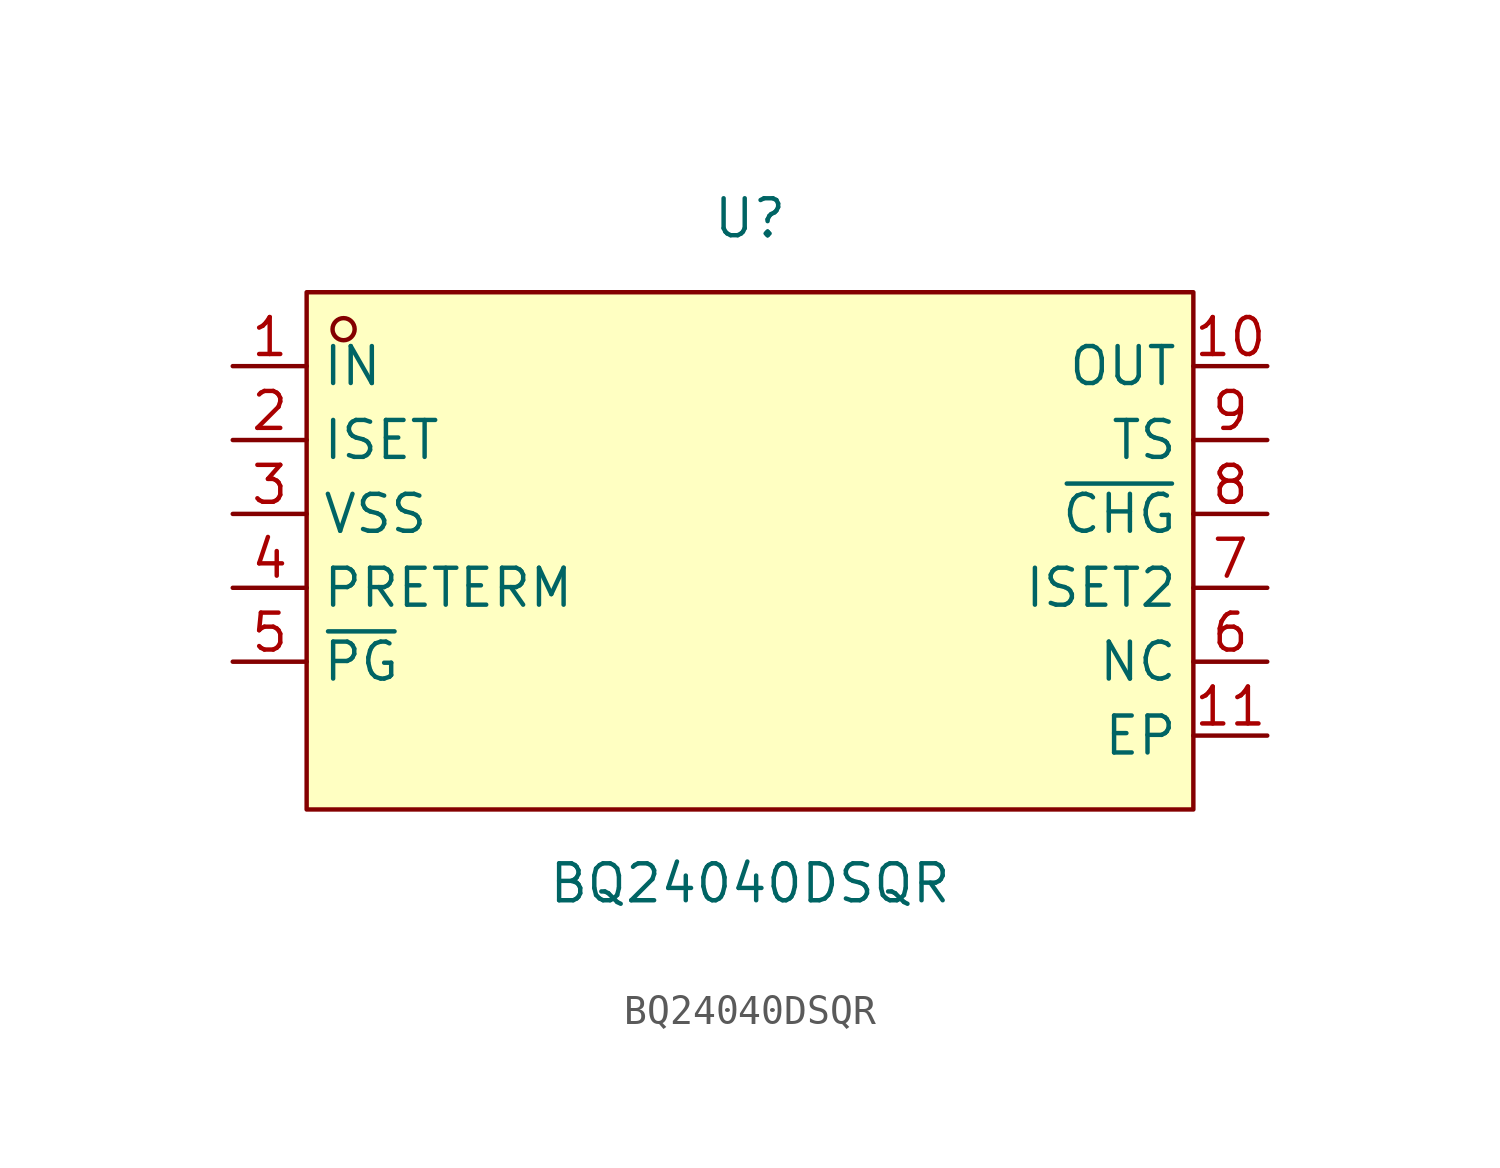
<source format=kicad_sym>
(kicad_symbol_lib
  (version 20211014)
  (generator https://github.com/uPesy/easyeda2kicad.py)
  (symbol "BQ24040DSQR"
    (property "Reference" "U"
      (at 0 10.16 0)
      (effects (font (size 1.27 1.27))))
    (property "Value" "BQ24040DSQR"
      (at 0 -12.70 0)
      (effects (font (size 1.27 1.27))))
    (symbol "BQ24040DSQR_0_1"
      (rectangle (start -15.24 7.62) (end 15.24 -10.16) (stroke (width 0) (type default) (color 0 0 0 0)) (fill (type background)))
      (circle (center -13.97 6.35) (radius 0.38) (stroke (width 0) (type default) (color 0 0 0 0)) (fill (type none)))
      (pin unspecified line (at -17.78 5.08 0) (length 2.54) (name "IN" (effects (font (size 1.27 1.27)))) (number "1" (effects (font (size 1.27 1.27)))))
      (pin unspecified line (at -17.78 2.54 0) (length 2.54) (name "ISET" (effects (font (size 1.27 1.27)))) (number "2" (effects (font (size 1.27 1.27)))))
      (pin unspecified line (at -17.78 -0.00 0) (length 2.54) (name "VSS" (effects (font (size 1.27 1.27)))) (number "3" (effects (font (size 1.27 1.27)))))
      (pin unspecified line (at -17.78 -2.54 0) (length 2.54) (name "PRETERM" (effects (font (size 1.27 1.27)))) (number "4" (effects (font (size 1.27 1.27)))))
      (pin unspecified line (at -17.78 -5.08 0) (length 2.54) (name "~{PG}" (effects (font (size 1.27 1.27)))) (number "5" (effects (font (size 1.27 1.27)))))
      (pin unspecified line (at 17.78 -5.08 180) (length 2.54) (name "NC" (effects (font (size 1.27 1.27)))) (number "6" (effects (font (size 1.27 1.27)))))
      (pin unspecified line (at 17.78 -2.54 180) (length 2.54) (name "ISET2" (effects (font (size 1.27 1.27)))) (number "7" (effects (font (size 1.27 1.27)))))
      (pin unspecified line (at 17.78 -0.00 180) (length 2.54) (name "~{CHG}" (effects (font (size 1.27 1.27)))) (number "8" (effects (font (size 1.27 1.27)))))
      (pin unspecified line (at 17.78 2.54 180) (length 2.54) (name "TS" (effects (font (size 1.27 1.27)))) (number "9" (effects (font (size 1.27 1.27)))))
      (pin unspecified line (at 17.78 5.08 180) (length 2.54) (name "OUT" (effects (font (size 1.27 1.27)))) (number "10" (effects (font (size 1.27 1.27)))))
      (pin unspecified line (at 17.78 -7.62 180) (length 2.54) (name "EP" (effects (font (size 1.27 1.27)))) (number "11" (effects (font (size 1.27 1.27))))))))
</source>
